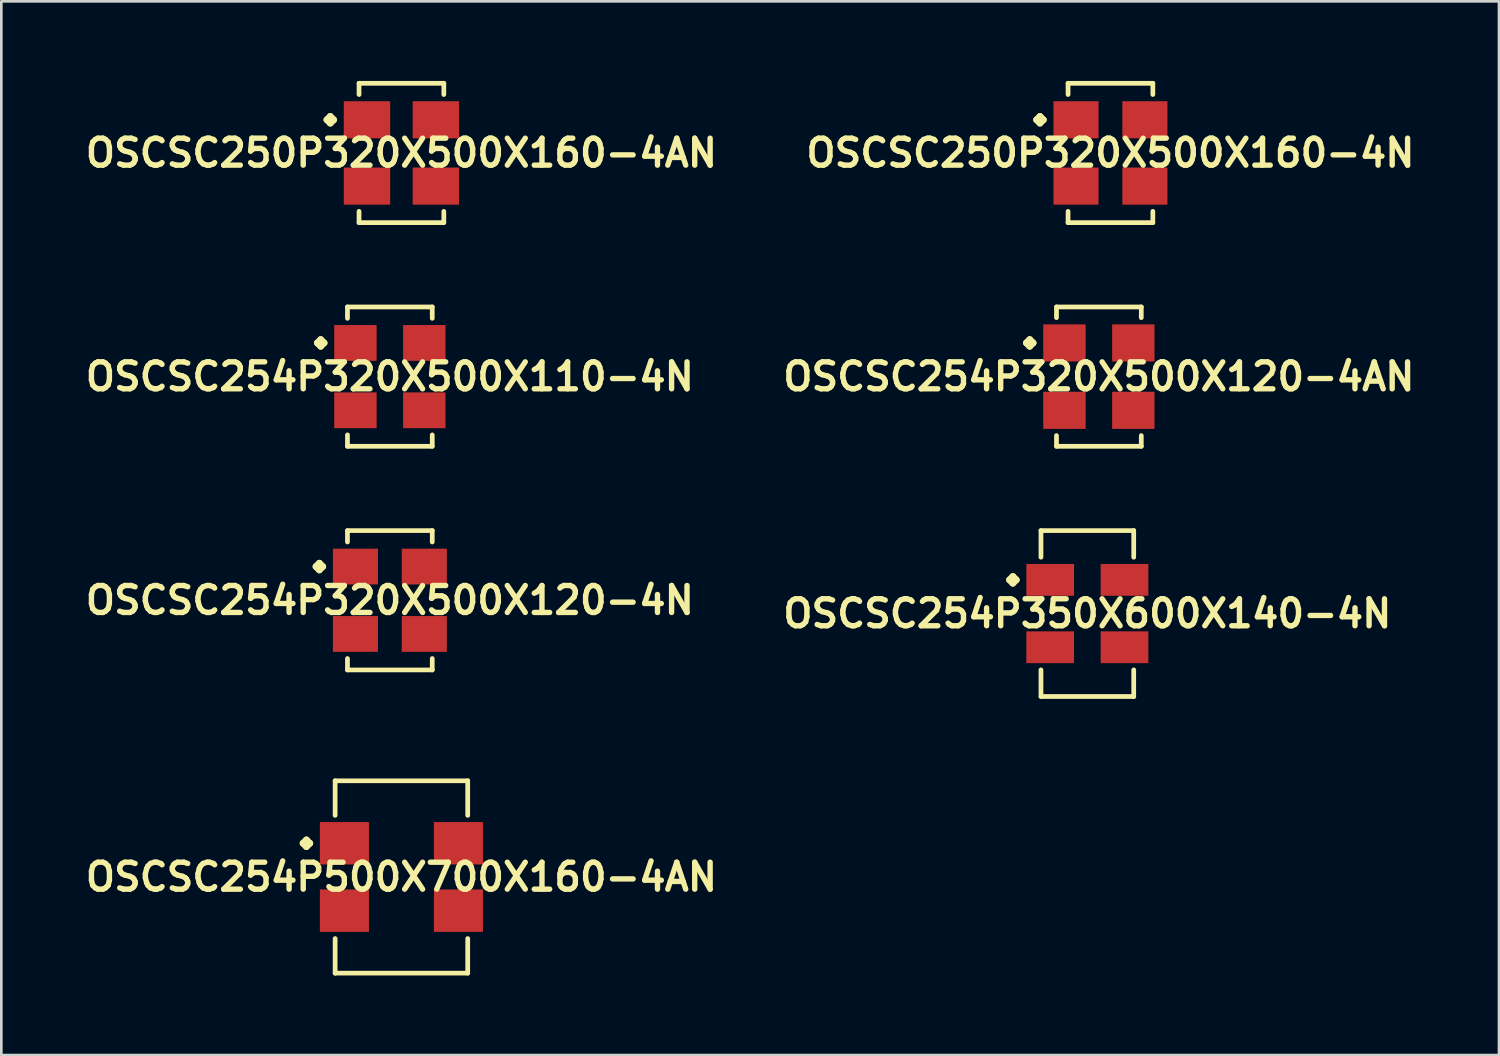
<source format=kicad_pcb>
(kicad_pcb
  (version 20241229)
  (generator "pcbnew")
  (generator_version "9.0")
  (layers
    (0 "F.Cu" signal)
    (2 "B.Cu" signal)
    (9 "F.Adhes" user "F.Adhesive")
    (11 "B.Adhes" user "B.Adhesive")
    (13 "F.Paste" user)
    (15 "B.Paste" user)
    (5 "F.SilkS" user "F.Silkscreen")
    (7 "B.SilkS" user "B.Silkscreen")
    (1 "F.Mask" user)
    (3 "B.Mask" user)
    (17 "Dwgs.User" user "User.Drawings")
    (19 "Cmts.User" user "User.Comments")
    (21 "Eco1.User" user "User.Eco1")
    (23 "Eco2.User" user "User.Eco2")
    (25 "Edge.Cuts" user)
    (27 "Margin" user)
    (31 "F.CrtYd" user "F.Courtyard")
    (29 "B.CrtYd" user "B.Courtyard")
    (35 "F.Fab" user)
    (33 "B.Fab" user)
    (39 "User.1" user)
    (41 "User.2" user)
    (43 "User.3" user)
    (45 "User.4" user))
  (footprint "OSCSC250P320X500X160-4N"
    (layer "F.Cu")
    (at 38.807 2.715)
    (property "Reference" "OSCSC250P320X500X160-4N" (at 0 0 0) (layer "F.SilkS") (effects (font (size 1.016 1.016) (thickness 0.203))))
    (attr smd)
    (fp_line (start -2.784 -1.25) (end -2.657 -1.377) (stroke (width 0.254) (type solid)) (layer "F.SilkS"))
    (fp_line (start -2.657 -1.377) (end -2.53 -1.25) (stroke (width 0.254) (type solid)) (layer "F.SilkS"))
    (fp_line (start -2.657 -1.123) (end -2.784 -1.25) (stroke (width 0.254) (type solid)) (layer "F.SilkS"))
    (fp_line (start -2.53 -1.25) (end -2.657 -1.123) (stroke (width 0.254) (type solid)) (layer "F.SilkS"))
    (fp_line (start -1.598 -2.626) (end 1.598 -2.626) (stroke (width 0.178) (type solid)) (layer "F.SilkS"))
    (fp_line (start -1.598 -2.202) (end -1.598 -2.626) (stroke (width 0.178) (type solid)) (layer "F.SilkS"))
    (fp_line (start -1.598 2.202) (end -1.598 2.626) (stroke (width 0.178) (type solid)) (layer "F.SilkS"))
    (fp_line (start -1.598 2.626) (end 1.598 2.626) (stroke (width 0.178) (type solid)) (layer "F.SilkS"))
    (fp_line (start 1.598 -2.626) (end 1.598 -2.202) (stroke (width 0.178) (type solid)) (layer "F.SilkS"))
    (fp_line (start 1.598 2.626) (end 1.598 2.202) (stroke (width 0.178) (type solid)) (layer "F.SilkS"))
    (pad "1" smd rect (at -1.298 -1.25) (size 1.699 1.4) (layers "F.Cu" "F.Mask" "F.Paste"))
    (pad "2" smd rect (at -1.298 1.25) (size 1.699 1.4) (layers "F.Cu" "F.Mask" "F.Paste"))
    (pad "3" smd rect (at 1.298 1.25) (size 1.699 1.4) (layers "F.Cu" "F.Mask" "F.Paste"))
    (pad "4" smd rect (at 1.298 -1.25) (size 1.699 1.4) (layers "F.Cu" "F.Mask" "F.Paste")))
  (footprint "OSCSC254P320X500X120-4N"
    (layer "F.Cu")
    (at 11.645 19.576)
    (property "Reference" "OSCSC254P320X500X120-4N" (at 0 0 0) (layer "F.SilkS") (effects (font (size 1.016 1.016) (thickness 0.203))))
    (attr smd)
    (fp_line (start -2.784 -1.27) (end -2.657 -1.397) (stroke (width 0.254) (type solid)) (layer "F.SilkS"))
    (fp_line (start -2.657 -1.397) (end -2.53 -1.27) (stroke (width 0.254) (type solid)) (layer "F.SilkS"))
    (fp_line (start -2.657 -1.143) (end -2.784 -1.27) (stroke (width 0.254) (type solid)) (layer "F.SilkS"))
    (fp_line (start -2.53 -1.27) (end -2.657 -1.143) (stroke (width 0.254) (type solid)) (layer "F.SilkS"))
    (fp_line (start -1.598 -2.626) (end 1.598 -2.626) (stroke (width 0.178) (type solid)) (layer "F.SilkS"))
    (fp_line (start -1.598 -2.197) (end -1.598 -2.626) (stroke (width 0.178) (type solid)) (layer "F.SilkS"))
    (fp_line (start -1.598 2.197) (end -1.598 2.626) (stroke (width 0.178) (type solid)) (layer "F.SilkS"))
    (fp_line (start -1.598 2.626) (end 1.598 2.626) (stroke (width 0.178) (type solid)) (layer "F.SilkS"))
    (fp_line (start 1.598 -2.626) (end 1.598 -2.197) (stroke (width 0.178) (type solid)) (layer "F.SilkS"))
    (fp_line (start 1.598 2.626) (end 1.598 2.197) (stroke (width 0.178) (type solid)) (layer "F.SilkS"))
    (pad "1" smd rect (at -1.298 -1.27) (size 1.699 1.349) (layers "F.Cu" "F.Mask" "F.Paste"))
    (pad "2" smd rect (at -1.298 1.27) (size 1.699 1.349) (layers "F.Cu" "F.Mask" "F.Paste"))
    (pad "3" smd rect (at 1.298 1.27) (size 1.699 1.349) (layers "F.Cu" "F.Mask" "F.Paste"))
    (pad "4" smd rect (at 1.298 -1.27) (size 1.699 1.349) (layers "F.Cu" "F.Mask" "F.Paste")))
  (footprint "OSCSC254P350X600X140-4N"
    (layer "F.Cu")
    (at 37.936 20.077)
    (property "Reference" "OSCSC254P350X600X140-4N" (at 0 0 0) (layer "F.SilkS") (effects (font (size 1.016 1.016) (thickness 0.203))))
    (attr smd)
    (fp_line (start -2.934 -1.27) (end -2.807 -1.397) (stroke (width 0.254) (type solid)) (layer "F.SilkS"))
    (fp_line (start -2.807 -1.397) (end -2.68 -1.27) (stroke (width 0.254) (type solid)) (layer "F.SilkS"))
    (fp_line (start -2.807 -1.143) (end -2.934 -1.27) (stroke (width 0.254) (type solid)) (layer "F.SilkS"))
    (fp_line (start -2.68 -1.27) (end -2.807 -1.143) (stroke (width 0.254) (type solid)) (layer "F.SilkS"))
    (fp_line (start -1.748 -3.127) (end 1.748 -3.127) (stroke (width 0.178) (type solid)) (layer "F.SilkS"))
    (fp_line (start -1.748 -2.123) (end -1.748 -3.127) (stroke (width 0.178) (type solid)) (layer "F.SilkS"))
    (fp_line (start -1.748 2.123) (end -1.748 3.127) (stroke (width 0.178) (type solid)) (layer "F.SilkS"))
    (fp_line (start -1.748 3.127) (end 1.748 3.127) (stroke (width 0.178) (type solid)) (layer "F.SilkS"))
    (fp_line (start 1.748 -3.127) (end 1.748 -2.123) (stroke (width 0.178) (type solid)) (layer "F.SilkS"))
    (fp_line (start 1.748 3.127) (end 1.748 2.123) (stroke (width 0.178) (type solid)) (layer "F.SilkS"))
    (pad "1" smd rect (at -1.4 -1.27) (size 1.798 1.199) (layers "F.Cu" "F.Mask" "F.Paste"))
    (pad "2" smd rect (at -1.4 1.27) (size 1.798 1.199) (layers "F.Cu" "F.Mask" "F.Paste"))
    (pad "3" smd rect (at 1.4 1.27) (size 1.798 1.199) (layers "F.Cu" "F.Mask" "F.Paste"))
    (pad "4" smd rect (at 1.4 -1.27) (size 1.798 1.199) (layers "F.Cu" "F.Mask" "F.Paste")))
  (footprint "OSCSC250P320X500X160-4AN"
    (layer "F.Cu")
    (at 12.081 2.715)
    (property "Reference" "OSCSC250P320X500X160-4AN" (at 0 0 0) (layer "F.SilkS") (effects (font (size 1.016 1.016) (thickness 0.203))))
    (attr smd)
    (fp_line (start -2.809 -1.25) (end -2.682 -1.377) (stroke (width 0.254) (type solid)) (layer "F.SilkS"))
    (fp_line (start -2.682 -1.377) (end -2.555 -1.25) (stroke (width 0.254) (type solid)) (layer "F.SilkS"))
    (fp_line (start -2.682 -1.123) (end -2.809 -1.25) (stroke (width 0.254) (type solid)) (layer "F.SilkS"))
    (fp_line (start -2.555 -1.25) (end -2.682 -1.123) (stroke (width 0.254) (type solid)) (layer "F.SilkS"))
    (fp_line (start -1.598 -2.626) (end 1.598 -2.626) (stroke (width 0.178) (type solid)) (layer "F.SilkS"))
    (fp_line (start -1.598 -2.202) (end -1.598 -2.626) (stroke (width 0.178) (type solid)) (layer "F.SilkS"))
    (fp_line (start -1.598 2.202) (end -1.598 2.626) (stroke (width 0.178) (type solid)) (layer "F.SilkS"))
    (fp_line (start -1.598 2.626) (end 1.598 2.626) (stroke (width 0.178) (type solid)) (layer "F.SilkS"))
    (fp_line (start 1.598 -2.626) (end 1.598 -2.202) (stroke (width 0.178) (type solid)) (layer "F.SilkS"))
    (fp_line (start 1.598 2.626) (end 1.598 2.202) (stroke (width 0.178) (type solid)) (layer "F.SilkS"))
    (pad "1" smd rect (at -1.298 -1.25) (size 1.748 1.4) (layers "F.Cu" "F.Mask" "F.Paste"))
    (pad "2" smd rect (at -1.298 1.25) (size 1.748 1.4) (layers "F.Cu" "F.Mask" "F.Paste"))
    (pad "3" smd rect (at 1.298 1.25) (size 1.748 1.4) (layers "F.Cu" "F.Mask" "F.Paste"))
    (pad "4" smd rect (at 1.298 -1.25) (size 1.748 1.4) (layers "F.Cu" "F.Mask" "F.Paste")))
  (footprint "OSCSC254P320X500X110-4N"
    (layer "F.Cu")
    (at 11.645 11.146)
    (property "Reference" "OSCSC254P320X500X110-4N" (at 0 0 0) (layer "F.SilkS") (effects (font (size 1.016 1.016) (thickness 0.203))))
    (attr smd)
    (fp_line (start -2.733 -1.27) (end -2.606 -1.397) (stroke (width 0.254) (type solid)) (layer "F.SilkS"))
    (fp_line (start -2.606 -1.397) (end -2.479 -1.27) (stroke (width 0.254) (type solid)) (layer "F.SilkS"))
    (fp_line (start -2.606 -1.143) (end -2.733 -1.27) (stroke (width 0.254) (type solid)) (layer "F.SilkS"))
    (fp_line (start -2.479 -1.27) (end -2.606 -1.143) (stroke (width 0.254) (type solid)) (layer "F.SilkS"))
    (fp_line (start -1.598 -2.626) (end 1.598 -2.626) (stroke (width 0.178) (type solid)) (layer "F.SilkS"))
    (fp_line (start -1.598 -2.197) (end -1.598 -2.626) (stroke (width 0.178) (type solid)) (layer "F.SilkS"))
    (fp_line (start -1.598 2.197) (end -1.598 2.626) (stroke (width 0.178) (type solid)) (layer "F.SilkS"))
    (fp_line (start -1.598 2.626) (end 1.598 2.626) (stroke (width 0.178) (type solid)) (layer "F.SilkS"))
    (fp_line (start 1.598 -2.626) (end 1.598 -2.197) (stroke (width 0.178) (type solid)) (layer "F.SilkS"))
    (fp_line (start 1.598 2.626) (end 1.598 2.197) (stroke (width 0.178) (type solid)) (layer "F.SilkS"))
    (pad "1" smd rect (at -1.298 -1.27) (size 1.598 1.349) (layers "F.Cu" "F.Mask" "F.Paste"))
    (pad "2" smd rect (at -1.298 1.27) (size 1.598 1.349) (layers "F.Cu" "F.Mask" "F.Paste"))
    (pad "3" smd rect (at 1.298 1.27) (size 1.598 1.349) (layers "F.Cu" "F.Mask" "F.Paste"))
    (pad "4" smd rect (at 1.298 -1.27) (size 1.598 1.349) (layers "F.Cu" "F.Mask" "F.Paste")))
  (footprint "OSCSC254P320X500X120-4AN"
    (layer "F.Cu")
    (at 38.371 11.146)
    (property "Reference" "OSCSC254P320X500X120-4AN" (at 0 0 0) (layer "F.SilkS") (effects (font (size 1.016 1.016) (thickness 0.203))))
    (attr smd)
    (fp_line (start -2.733 -1.27) (end -2.606 -1.397) (stroke (width 0.254) (type solid)) (layer "F.SilkS"))
    (fp_line (start -2.606 -1.397) (end -2.479 -1.27) (stroke (width 0.254) (type solid)) (layer "F.SilkS"))
    (fp_line (start -2.606 -1.143) (end -2.733 -1.27) (stroke (width 0.254) (type solid)) (layer "F.SilkS"))
    (fp_line (start -2.479 -1.27) (end -2.606 -1.143) (stroke (width 0.254) (type solid)) (layer "F.SilkS"))
    (fp_line (start -1.598 -2.626) (end 1.598 -2.626) (stroke (width 0.178) (type solid)) (layer "F.SilkS"))
    (fp_line (start -1.598 -2.223) (end -1.598 -2.626) (stroke (width 0.178) (type solid)) (layer "F.SilkS"))
    (fp_line (start -1.598 2.223) (end -1.598 2.626) (stroke (width 0.178) (type solid)) (layer "F.SilkS"))
    (fp_line (start -1.598 2.626) (end 1.598 2.626) (stroke (width 0.178) (type solid)) (layer "F.SilkS"))
    (fp_line (start 1.598 -2.626) (end 1.598 -2.223) (stroke (width 0.178) (type solid)) (layer "F.SilkS"))
    (fp_line (start 1.598 2.626) (end 1.598 2.223) (stroke (width 0.178) (type solid)) (layer "F.SilkS"))
    (pad "1" smd rect (at -1.298 -1.27) (size 1.598 1.4) (layers "F.Cu" "F.Mask" "F.Paste"))
    (pad "2" smd rect (at -1.298 1.27) (size 1.598 1.4) (layers "F.Cu" "F.Mask" "F.Paste"))
    (pad "3" smd rect (at 1.298 1.27) (size 1.598 1.4) (layers "F.Cu" "F.Mask" "F.Paste"))
    (pad "4" smd rect (at 1.298 -1.27) (size 1.598 1.4) (layers "F.Cu" "F.Mask" "F.Paste")))
  (footprint "OSCSC254P500X700X160-4AN"
    (layer "F.Cu")
    (at 12.081 30.006)
    (property "Reference" "OSCSC254P500X700X160-4AN" (at 0 0 0) (layer "F.SilkS") (effects (font (size 1.016 1.016) (thickness 0.203))))
    (attr smd)
    (fp_line (start -3.708 -1.27) (end -3.581 -1.397) (stroke (width 0.254) (type solid)) (layer "F.SilkS"))
    (fp_line (start -3.581 -1.397) (end -3.454 -1.27) (stroke (width 0.254) (type solid)) (layer "F.SilkS"))
    (fp_line (start -3.581 -1.143) (end -3.708 -1.27) (stroke (width 0.254) (type solid)) (layer "F.SilkS"))
    (fp_line (start -3.454 -1.27) (end -3.581 -1.143) (stroke (width 0.254) (type solid)) (layer "F.SilkS"))
    (fp_line (start -2.499 -3.625) (end 2.499 -3.625) (stroke (width 0.178) (type solid)) (layer "F.SilkS"))
    (fp_line (start -2.499 -2.322) (end -2.499 -3.625) (stroke (width 0.178) (type solid)) (layer "F.SilkS"))
    (fp_line (start -2.499 2.322) (end -2.499 3.625) (stroke (width 0.178) (type solid)) (layer "F.SilkS"))
    (fp_line (start -2.499 3.625) (end 2.499 3.625) (stroke (width 0.178) (type solid)) (layer "F.SilkS"))
    (fp_line (start 2.499 -3.625) (end 2.499 -2.322) (stroke (width 0.178) (type solid)) (layer "F.SilkS"))
    (fp_line (start 2.499 3.625) (end 2.499 2.322) (stroke (width 0.178) (type solid)) (layer "F.SilkS"))
    (pad "1" smd rect (at -2.149 -1.27) (size 1.849 1.598) (layers "F.Cu" "F.Mask" "F.Paste"))
    (pad "2" smd rect (at -2.149 1.27) (size 1.849 1.598) (layers "F.Cu" "F.Mask" "F.Paste"))
    (pad "3" smd rect (at 2.149 1.27) (size 1.849 1.598) (layers "F.Cu" "F.Mask" "F.Paste"))
    (pad "4" smd rect (at 2.149 -1.27) (size 1.849 1.598) (layers "F.Cu" "F.Mask" "F.Paste")))
  (gr_rect
    (start -3 -3)
    (end 53.452 36.719)
    (stroke (width 0.1) (type default))
    (fill no)
    (layer "Edge.Cuts")))
</source>
